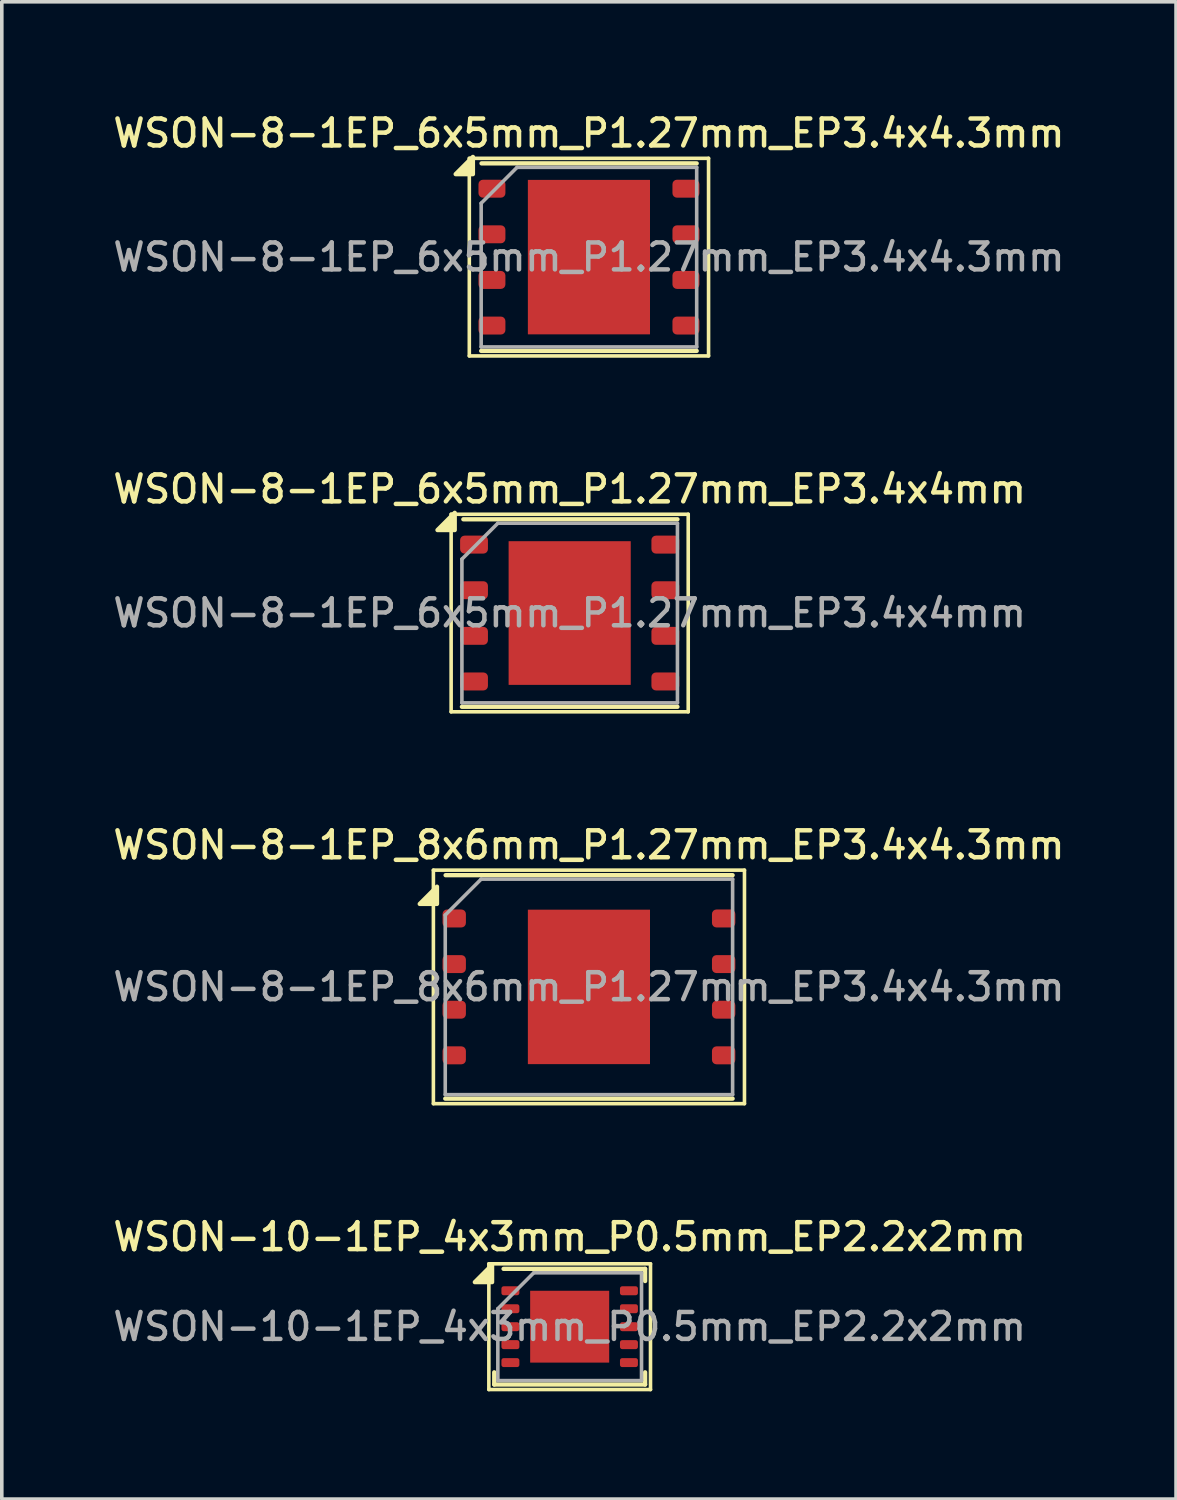
<source format=kicad_pcb>
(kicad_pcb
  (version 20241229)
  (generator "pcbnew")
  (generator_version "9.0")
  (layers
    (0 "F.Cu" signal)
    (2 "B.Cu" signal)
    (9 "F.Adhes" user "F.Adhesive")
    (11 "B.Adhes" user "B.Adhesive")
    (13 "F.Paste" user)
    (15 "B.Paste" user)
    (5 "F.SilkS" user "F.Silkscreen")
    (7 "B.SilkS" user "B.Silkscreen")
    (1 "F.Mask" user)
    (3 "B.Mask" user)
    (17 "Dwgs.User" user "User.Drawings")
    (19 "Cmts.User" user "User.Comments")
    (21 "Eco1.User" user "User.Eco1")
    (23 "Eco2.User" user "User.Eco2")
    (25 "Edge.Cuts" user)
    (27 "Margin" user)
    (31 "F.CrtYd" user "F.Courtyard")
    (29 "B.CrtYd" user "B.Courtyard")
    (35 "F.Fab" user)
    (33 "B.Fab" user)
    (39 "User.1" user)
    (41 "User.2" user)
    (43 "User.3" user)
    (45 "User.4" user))
  (footprint "WSON-8-1EP_6x5mm_P1.27mm_EP3.4x4.3mm"
    (layer "F.Cu")
    (at 13.345 4.108)
    (property "Reference" "WSON-8-1EP_6x5mm_P1.27mm_EP3.4x4.3mm" (at 0 -3.45 0) (layer "F.SilkS") (effects (font (size 0.75 0.75) (thickness 0.125))))
    (attr smd)
    (fp_line (start -3.33 -2.75) (end -3.33 2.75) (stroke (width 0.1) (type solid)) (layer "F.SilkS"))
    (fp_line (start -3.33 2.75) (end 3.33 2.75) (stroke (width 0.1) (type solid)) (layer "F.SilkS"))
    (fp_line (start -3 2.61) (end 3 2.61) (stroke (width 0.12) (type solid)) (layer "F.SilkS"))
    (fp_line (start -2.99 -2.61) (end 3 -2.61) (stroke (width 0.12) (type solid)) (layer "F.SilkS"))
    (fp_line (start 3.33 -2.75) (end -3.33 -2.75) (stroke (width 0.1) (type solid)) (layer "F.SilkS"))
    (fp_line (start 3.33 2.75) (end 3.33 -2.75) (stroke (width 0.1) (type solid)) (layer "F.SilkS"))
    (fp_poly (pts (xy -3.23 -2.31) (xy -3.71 -2.31) (xy -3.23 -2.79) (xy -3.23 -2.31)) (stroke (width 0.12) (type solid)) (fill yes) (layer "F.SilkS"))
    (fp_line (start -3 -1.5) (end -2 -2.5) (stroke (width 0.1) (type solid)) (layer "F.Fab"))
    (fp_line (start -3 2.5) (end -3 -1.5) (stroke (width 0.1) (type solid)) (layer "F.Fab"))
    (fp_line (start -2 -2.5) (end 3 -2.5) (stroke (width 0.1) (type solid)) (layer "F.Fab"))
    (fp_line (start 3 -2.5) (end 3 2.5) (stroke (width 0.1) (type solid)) (layer "F.Fab"))
    (fp_line (start 3 2.5) (end -3 2.5) (stroke (width 0.1) (type solid)) (layer "F.Fab"))
    (fp_text user "${REFERENCE}" (at 0 0 0) (layer "F.Fab") (effects (font (size 0.75 0.75) (thickness 0.125))))
    (pad "" smd roundrect (at -0.85 -1.075) (size 1.37 1.73) (layers "F.Paste") (roundrect_rratio 0.182))
    (pad "" smd roundrect (at -0.85 1.075) (size 1.37 1.73) (layers "F.Paste") (roundrect_rratio 0.182))
    (pad "" smd roundrect (at 0.85 -1.075) (size 1.37 1.73) (layers "F.Paste") (roundrect_rratio 0.182))
    (pad "" smd roundrect (at 0.85 1.075) (size 1.37 1.73) (layers "F.Paste") (roundrect_rratio 0.182))
    (pad "1" smd roundrect (at -2.7 -1.905) (size 0.75 0.5) (layers "F.Cu" "F.Mask" "F.Paste") (roundrect_rratio 0.25))
    (pad "2" smd roundrect (at -2.7 -0.635) (size 0.75 0.5) (layers "F.Cu" "F.Mask" "F.Paste") (roundrect_rratio 0.25))
    (pad "3" smd roundrect (at -2.7 0.635) (size 0.75 0.5) (layers "F.Cu" "F.Mask" "F.Paste") (roundrect_rratio 0.25))
    (pad "4" smd roundrect (at -2.7 1.905) (size 0.75 0.5) (layers "F.Cu" "F.Mask" "F.Paste") (roundrect_rratio 0.25))
    (pad "5" smd roundrect (at 2.7 1.905) (size 0.75 0.5) (layers "F.Cu" "F.Mask" "F.Paste") (roundrect_rratio 0.25))
    (pad "6" smd roundrect (at 2.7 0.635) (size 0.75 0.5) (layers "F.Cu" "F.Mask" "F.Paste") (roundrect_rratio 0.25))
    (pad "7" smd roundrect (at 2.7 -0.635) (size 0.75 0.5) (layers "F.Cu" "F.Mask" "F.Paste") (roundrect_rratio 0.25))
    (pad "8" smd roundrect (at 2.7 -1.905) (size 0.75 0.5) (layers "F.Cu" "F.Mask" "F.Paste") (roundrect_rratio 0.25))
    (pad "9" smd rect (at 0 0) (size 3.4 4.3) (property pad_prop_heatsink) (layers "F.Cu" "F.Mask")))
  (footprint "WSON-10-1EP_4x3mm_P0.5mm_EP2.2x2mm"
    (layer "F.Cu")
    (at 12.809 33.883)
    (property "Reference" "WSON-10-1EP_4x3mm_P0.5mm_EP2.2x2mm" (at 0 -2.5 0) (layer "F.SilkS") (effects (font (size 0.75 0.75) (thickness 0.125))))
    (attr smd)
    (fp_line (start -2.25 -1.75) (end -2.25 1.75) (stroke (width 0.1) (type solid)) (layer "F.SilkS"))
    (fp_line (start -2.25 -1.75) (end 2.25 -1.75) (stroke (width 0.1) (type solid)) (layer "F.SilkS"))
    (fp_line (start -2.25 1.75) (end 2.25 1.75) (stroke (width 0.1) (type solid)) (layer "F.SilkS"))
    (fp_line (start -2.1 1.27) (end -2.1 1.61) (stroke (width 0.12) (type solid)) (layer "F.SilkS"))
    (fp_line (start -2.1 1.61) (end 2.1 1.61) (stroke (width 0.12) (type solid)) (layer "F.SilkS"))
    (fp_line (start -1.84 -1.61) (end 2.1 -1.61) (stroke (width 0.12) (type solid)) (layer "F.SilkS"))
    (fp_line (start 2.1 -1.27) (end 2.1 -1.61) (stroke (width 0.12) (type solid)) (layer "F.SilkS"))
    (fp_line (start 2.1 1.27) (end 2.1 1.61) (stroke (width 0.12) (type solid)) (layer "F.SilkS"))
    (fp_line (start 2.25 -1.75) (end 2.25 1.75) (stroke (width 0.1) (type solid)) (layer "F.SilkS"))
    (fp_poly (pts (xy -2.16 -1.24) (xy -2.64 -1.24) (xy -2.16 -1.72) (xy -2.16 -1.24)) (stroke (width 0.12) (type solid)) (fill yes) (layer "F.SilkS"))
    (fp_line (start -2 1.5) (end -2 -0.5) (stroke (width 0.1) (type solid)) (layer "F.Fab"))
    (fp_line (start -1 -1.5) (end -2 -0.5) (stroke (width 0.1) (type solid)) (layer "F.Fab"))
    (fp_line (start -1 -1.5) (end 2 -1.5) (stroke (width 0.1) (type solid)) (layer "F.Fab"))
    (fp_line (start 2 -1.5) (end 2 1.5) (stroke (width 0.1) (type solid)) (layer "F.Fab"))
    (fp_line (start 2 1.5) (end -2 1.5) (stroke (width 0.1) (type solid)) (layer "F.Fab"))
    (fp_text user "${REFERENCE}" (at 0 0 0) (layer "F.Fab") (effects (font (size 0.75 0.75) (thickness 0.125))))
    (pad "" smd roundrect (at -0.55 -0.5) (size 0.88 0.8) (layers "F.Paste") (roundrect_rratio 0.25))
    (pad "" smd roundrect (at -0.55 0.5) (size 0.88 0.8) (layers "F.Paste") (roundrect_rratio 0.25))
    (pad "" smd roundrect (at 0.55 -0.5) (size 0.88 0.8) (layers "F.Paste") (roundrect_rratio 0.25))
    (pad "" smd roundrect (at 0.55 0.5) (size 0.88 0.8) (layers "F.Paste") (roundrect_rratio 0.25))
    (pad "1" smd roundrect (at -1.65 -1) (size 0.5 0.25) (layers "F.Cu" "F.Mask" "F.Paste") (roundrect_rratio 0.25))
    (pad "2" smd roundrect (at -1.65 -0.5) (size 0.5 0.25) (layers "F.Cu" "F.Mask" "F.Paste") (roundrect_rratio 0.25))
    (pad "3" smd roundrect (at -1.65 0) (size 0.5 0.25) (layers "F.Cu" "F.Mask" "F.Paste") (roundrect_rratio 0.25))
    (pad "4" smd roundrect (at -1.65 0.5) (size 0.5 0.25) (layers "F.Cu" "F.Mask" "F.Paste") (roundrect_rratio 0.25))
    (pad "5" smd roundrect (at -1.65 1) (size 0.5 0.25) (layers "F.Cu" "F.Mask" "F.Paste") (roundrect_rratio 0.25))
    (pad "6" smd roundrect (at 1.65 1) (size 0.5 0.25) (layers "F.Cu" "F.Mask" "F.Paste") (roundrect_rratio 0.25))
    (pad "7" smd roundrect (at 1.65 0.5) (size 0.5 0.25) (layers "F.Cu" "F.Mask" "F.Paste") (roundrect_rratio 0.25))
    (pad "8" smd roundrect (at 1.65 0) (size 0.5 0.25) (layers "F.Cu" "F.Mask" "F.Paste") (roundrect_rratio 0.25))
    (pad "9" smd roundrect (at 1.65 -0.5) (size 0.5 0.25) (layers "F.Cu" "F.Mask" "F.Paste") (roundrect_rratio 0.25))
    (pad "10" smd roundrect (at 1.65 -1) (size 0.5 0.25) (layers "F.Cu" "F.Mask" "F.Paste") (roundrect_rratio 0.25))
    (pad "11" smd rect (at 0 0) (size 2.2 2) (layers "F.Cu" "F.Mask")))
  (footprint "WSON-8-1EP_8x6mm_P1.27mm_EP3.4x4.3mm"
    (layer "F.Cu")
    (at 13.345 24.424)
    (property "Reference" "WSON-8-1EP_8x6mm_P1.27mm_EP3.4x4.3mm" (at 0 -3.95 0) (layer "F.SilkS") (effects (font (size 0.75 0.75) (thickness 0.125))))
    (attr smd)
    (fp_line (start -4.33 -3.25) (end -4.33 3.25) (stroke (width 0.1) (type solid)) (layer "F.SilkS"))
    (fp_line (start -4.33 3.25) (end 4.33 3.25) (stroke (width 0.1) (type solid)) (layer "F.SilkS"))
    (fp_line (start -4 3.11) (end 4 3.11) (stroke (width 0.12) (type solid)) (layer "F.SilkS"))
    (fp_line (start -3.99 -3.11) (end 4 -3.11) (stroke (width 0.12) (type solid)) (layer "F.SilkS"))
    (fp_line (start 4.33 -3.25) (end -4.33 -3.25) (stroke (width 0.1) (type solid)) (layer "F.SilkS"))
    (fp_line (start 4.33 3.25) (end 4.33 -3.25) (stroke (width 0.1) (type solid)) (layer "F.SilkS"))
    (fp_poly (pts (xy -4.23 -2.31) (xy -4.71 -2.31) (xy -4.23 -2.79) (xy -4.23 -2.31)) (stroke (width 0.12) (type solid)) (fill yes) (layer "F.SilkS"))
    (fp_line (start -4 -2) (end -3 -3) (stroke (width 0.1) (type solid)) (layer "F.Fab"))
    (fp_line (start -4 3) (end -4 -2) (stroke (width 0.1) (type solid)) (layer "F.Fab"))
    (fp_line (start -3 -3) (end 4 -3) (stroke (width 0.1) (type solid)) (layer "F.Fab"))
    (fp_line (start 4 -3) (end 4 3) (stroke (width 0.1) (type solid)) (layer "F.Fab"))
    (fp_line (start 4 3) (end -4 3) (stroke (width 0.1) (type solid)) (layer "F.Fab"))
    (fp_text user "${REFERENCE}" (at 0 0 0) (layer "F.Fab") (effects (font (size 0.75 0.75) (thickness 0.125))))
    (pad "" smd roundrect (at -0.85 -1.075) (size 1.37 1.73) (layers "F.Paste") (roundrect_rratio 0.182))
    (pad "" smd roundrect (at -0.85 1.075) (size 1.37 1.73) (layers "F.Paste") (roundrect_rratio 0.182))
    (pad "" smd roundrect (at 0.85 -1.075) (size 1.37 1.73) (layers "F.Paste") (roundrect_rratio 0.182))
    (pad "" smd roundrect (at 0.85 1.075) (size 1.37 1.73) (layers "F.Paste") (roundrect_rratio 0.182))
    (pad "1" smd roundrect (at -3.75 -1.905) (size 0.65 0.5) (layers "F.Cu" "F.Mask" "F.Paste") (roundrect_rratio 0.25))
    (pad "2" smd roundrect (at -3.75 -0.635) (size 0.65 0.5) (layers "F.Cu" "F.Mask" "F.Paste") (roundrect_rratio 0.25))
    (pad "3" smd roundrect (at -3.75 0.635) (size 0.65 0.5) (layers "F.Cu" "F.Mask" "F.Paste") (roundrect_rratio 0.25))
    (pad "4" smd roundrect (at -3.75 1.905) (size 0.65 0.5) (layers "F.Cu" "F.Mask" "F.Paste") (roundrect_rratio 0.25))
    (pad "5" smd roundrect (at 3.75 1.905) (size 0.65 0.5) (layers "F.Cu" "F.Mask" "F.Paste") (roundrect_rratio 0.25))
    (pad "6" smd roundrect (at 3.75 0.635) (size 0.65 0.5) (layers "F.Cu" "F.Mask" "F.Paste") (roundrect_rratio 0.25))
    (pad "7" smd roundrect (at 3.75 -0.635) (size 0.65 0.5) (layers "F.Cu" "F.Mask" "F.Paste") (roundrect_rratio 0.25))
    (pad "8" smd roundrect (at 3.75 -1.905) (size 0.65 0.5) (layers "F.Cu" "F.Mask" "F.Paste") (roundrect_rratio 0.25))
    (pad "9" smd rect (at 0 0) (size 3.4 4.3) (property pad_prop_heatsink) (layers "F.Cu" "F.Mask")))
  (footprint "WSON-8-1EP_6x5mm_P1.27mm_EP3.4x4mm"
    (layer "F.Cu")
    (at 12.809 14.016)
    (property "Reference" "WSON-8-1EP_6x5mm_P1.27mm_EP3.4x4mm" (at 0 -3.45 0) (layer "F.SilkS") (effects (font (size 0.75 0.75) (thickness 0.125))))
    (attr smd)
    (fp_line (start -3.3 -2.75) (end -3.3 2.75) (stroke (width 0.1) (type solid)) (layer "F.SilkS"))
    (fp_line (start -3.3 2.75) (end 3.3 2.75) (stroke (width 0.1) (type solid)) (layer "F.SilkS"))
    (fp_line (start -3 2.61) (end 3 2.61) (stroke (width 0.12) (type solid)) (layer "F.SilkS"))
    (fp_line (start -2.96 -2.61) (end 3 -2.61) (stroke (width 0.12) (type solid)) (layer "F.SilkS"))
    (fp_line (start 3.3 -2.75) (end -3.3 -2.75) (stroke (width 0.1) (type solid)) (layer "F.SilkS"))
    (fp_line (start 3.3 2.75) (end 3.3 -2.75) (stroke (width 0.1) (type solid)) (layer "F.SilkS"))
    (fp_poly (pts (xy -3.2 -2.31) (xy -3.68 -2.31) (xy -3.2 -2.79) (xy -3.2 -2.31)) (stroke (width 0.12) (type solid)) (fill yes) (layer "F.SilkS"))
    (fp_line (start -3 -1.5) (end -2 -2.5) (stroke (width 0.1) (type solid)) (layer "F.Fab"))
    (fp_line (start -3 2.5) (end -3 -1.5) (stroke (width 0.1) (type solid)) (layer "F.Fab"))
    (fp_line (start -2 -2.5) (end 3 -2.5) (stroke (width 0.1) (type solid)) (layer "F.Fab"))
    (fp_line (start 3 -2.5) (end 3 2.5) (stroke (width 0.1) (type solid)) (layer "F.Fab"))
    (fp_line (start 3 2.5) (end -3 2.5) (stroke (width 0.1) (type solid)) (layer "F.Fab"))
    (fp_text user "${REFERENCE}" (at 0 0 0) (layer "F.Fab") (effects (font (size 0.75 0.75) (thickness 0.125))))
    (pad "" smd roundrect (at -0.85 -1) (size 1.37 1.61) (layers "F.Paste") (roundrect_rratio 0.182))
    (pad "" smd roundrect (at -0.85 1) (size 1.37 1.61) (layers "F.Paste") (roundrect_rratio 0.182))
    (pad "" smd roundrect (at 0.85 -1) (size 1.37 1.61) (layers "F.Paste") (roundrect_rratio 0.182))
    (pad "" smd roundrect (at 0.85 1) (size 1.37 1.61) (layers "F.Paste") (roundrect_rratio 0.182))
    (pad "1" smd roundrect (at -2.663 -1.905) (size 0.775 0.5) (layers "F.Cu" "F.Mask" "F.Paste") (roundrect_rratio 0.25))
    (pad "2" smd roundrect (at -2.663 -0.635) (size 0.775 0.5) (layers "F.Cu" "F.Mask" "F.Paste") (roundrect_rratio 0.25))
    (pad "3" smd roundrect (at -2.663 0.635) (size 0.775 0.5) (layers "F.Cu" "F.Mask" "F.Paste") (roundrect_rratio 0.25))
    (pad "4" smd roundrect (at -2.663 1.905) (size 0.775 0.5) (layers "F.Cu" "F.Mask" "F.Paste") (roundrect_rratio 0.25))
    (pad "5" smd roundrect (at 2.663 1.905) (size 0.775 0.5) (layers "F.Cu" "F.Mask" "F.Paste") (roundrect_rratio 0.25))
    (pad "6" smd roundrect (at 2.663 0.635) (size 0.775 0.5) (layers "F.Cu" "F.Mask" "F.Paste") (roundrect_rratio 0.25))
    (pad "7" smd roundrect (at 2.663 -0.635) (size 0.775 0.5) (layers "F.Cu" "F.Mask" "F.Paste") (roundrect_rratio 0.25))
    (pad "8" smd roundrect (at 2.663 -1.905) (size 0.775 0.5) (layers "F.Cu" "F.Mask" "F.Paste") (roundrect_rratio 0.25))
    (pad "9" smd rect (at 0 0) (size 3.4 4) (property pad_prop_heatsink) (layers "F.Cu" "F.Mask")))
  (gr_rect
    (start -3 -3)
    (end 29.689 38.682)
    (stroke (width 0.1) (type default))
    (fill no)
    (layer "Edge.Cuts")))
</source>
